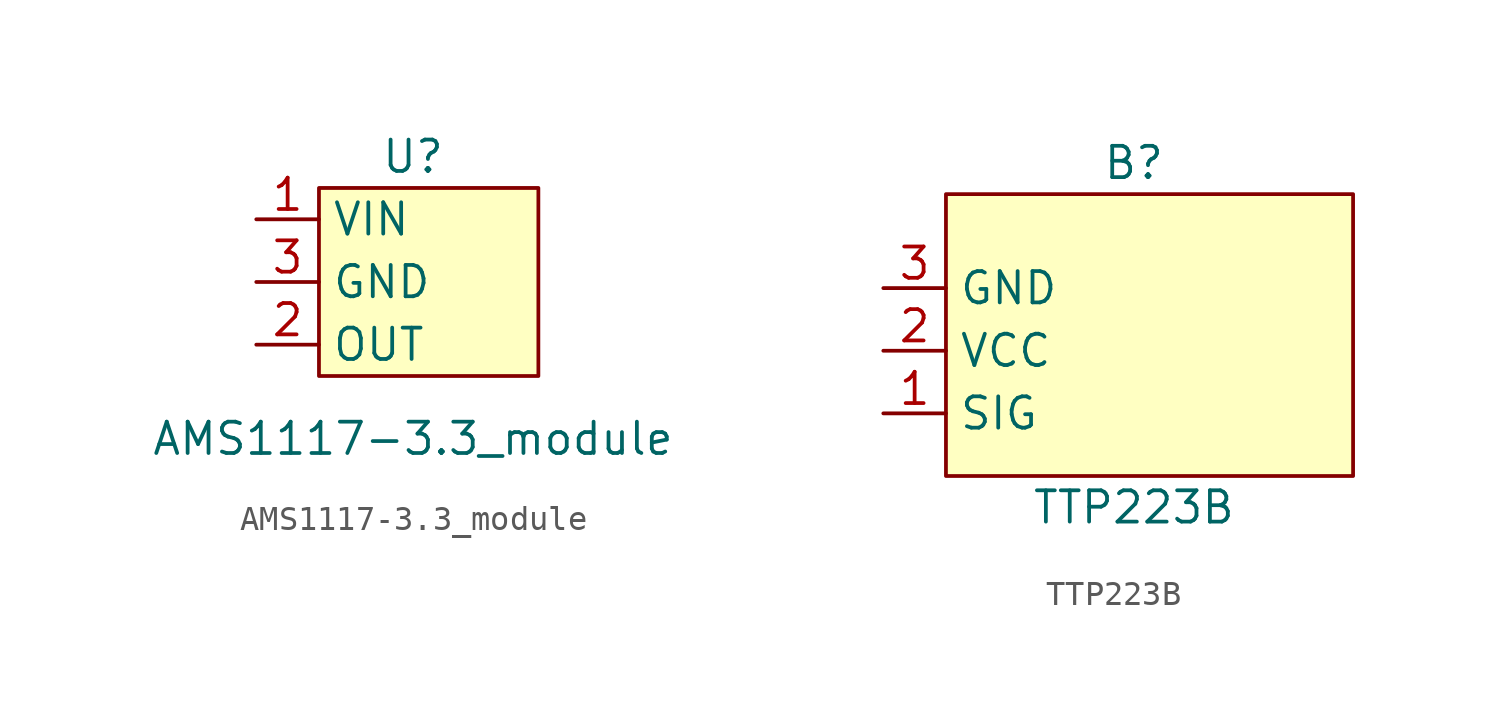
<source format=kicad_sym>
(kicad_symbol_lib
  (version 20211014)
  (generator kicad_symbol_editor)
  (symbol "AMS1117-3.3_module"
    (property "Reference" "U"
      (at 0 5.08 0)
      (effects (font (size 1.27 1.27))))
    (property "Value" "AMS1117-3.3_module"
      (at 0 -6.35 0)
      (effects (font (size 1.27 1.27))))
    (symbol "AMS1117-3.3_module_0_1"
      (rectangle (start -3.81 3.81) (end 5.08 -3.81) (stroke (width 0) (type default) (color 0 0 0 0)) (fill (type background))))
    (symbol "AMS1117-3.3_module_1_1"
      (pin input line (at -6.35 2.54 0) (length 2.54) (name "VIN" (effects (font (size 1.27 1.27)))) (number "1" (effects (font (size 1.27 1.27)))))
      (pin bidirectional line (at -6.35 -2.54 0) (length 2.54) (name "OUT" (effects (font (size 1.27 1.27)))) (number "2" (effects (font (size 1.27 1.27)))))
      (pin input line (at -6.35 0 0) (length 2.54) (name "GND" (effects (font (size 1.27 1.27)))) (number "3" (effects (font (size 1.27 1.27)))))))
  (symbol "TTP223B"
    (property "Reference" "B"
      (at 0 7.62 0)
      (effects (font (size 1.27 1.27))))
    (property "Value" "TTP223B"
      (at 0 -6.35 0)
      (effects (font (size 1.27 1.27))))
    (symbol "TTP223B_0_1"
      (rectangle (start -7.62 6.35) (end 8.89 -5.08) (stroke (width 0) (type default) (color 0 0 0 0)) (fill (type background))))
    (symbol "TTP223B_1_1"
      (pin output line (at -10.16 -2.54 0) (length 2.54) (name "SIG" (effects (font (size 1.27 1.27)))) (number "1" (effects (font (size 1.27 1.27)))))
      (pin input line (at -10.16 0 0) (length 2.54) (name "VCC" (effects (font (size 1.27 1.27)))) (number "2" (effects (font (size 1.27 1.27)))))
      (pin input line (at -10.16 2.54 0) (length 2.54) (name "GND" (effects (font (size 1.27 1.27)))) (number "3" (effects (font (size 1.27 1.27))))))))
</source>
